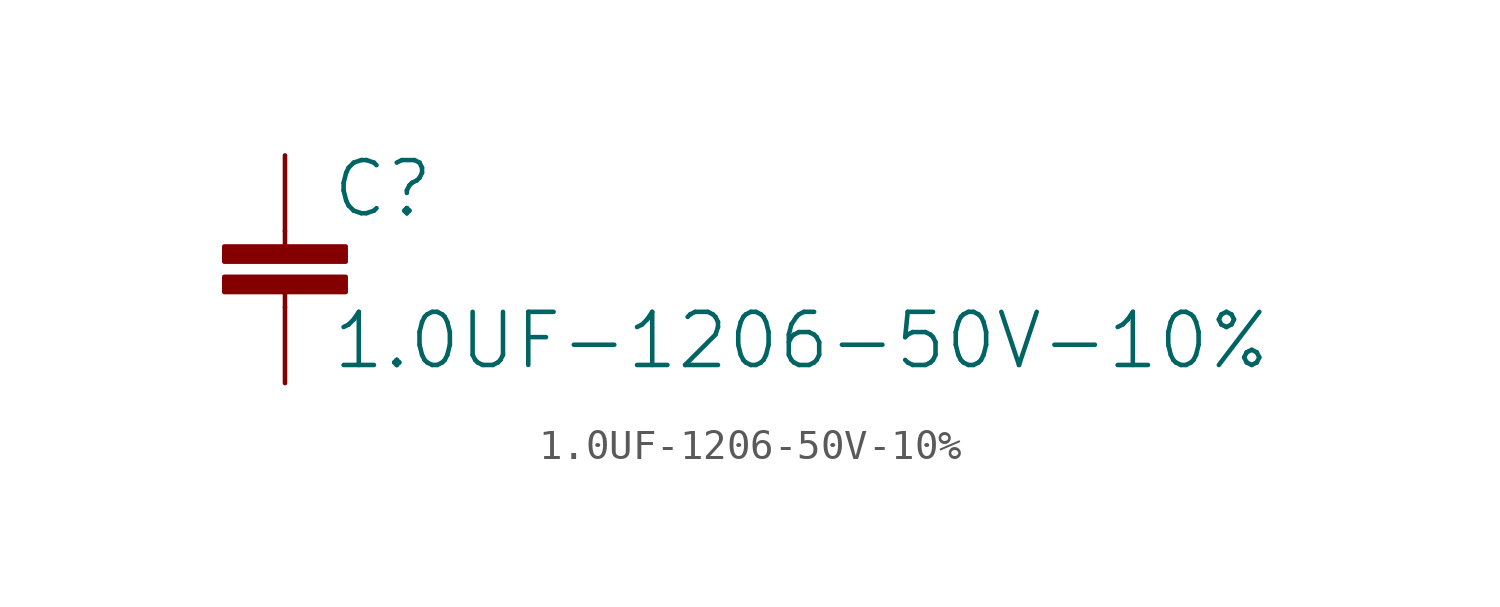
<source format=kicad_sym>
(kicad_symbol_lib
  (version 20211014)
  (generator kicad_symbol_editor)
  (symbol "1.0UF-1206-50V-10%"
    (property "Reference" "C"
      (at 1.524 2.921 0)
      (effects (font (size 1.778 1.778)) (justify left bottom)))
    (property "Value" "1.0UF-1206-50V-10%"
      (at 1.524 -2.159 0)
      (effects (font (size 1.778 1.778)) (justify left bottom)))
    (property "ki_locked" ""
      (at 0 0 0)
      (effects (font (size 1.27 1.27))))
    (symbol "1.0UF-1206-50V-10%_1_0"
      (rectangle (start -2.032 0.508) (end 2.032 1.016) (stroke (width 0) (type default) (color 0 0 0 0)) (fill (type outline)))
      (rectangle (start -2.032 1.524) (end 2.032 2.032) (stroke (width 0) (type default) (color 0 0 0 0)) (fill (type outline)))
      (polyline (pts (xy 0 0) (xy 0 0.508)) (stroke (width 0.152) (type default) (color 0 0 0 0)) (fill (type none)))
      (polyline (pts (xy 0 2.54) (xy 0 2.032)) (stroke (width 0.152) (type default) (color 0 0 0 0)) (fill (type none)))
      (pin passive line (at 0 5.08 270) (length 2.54) (name "1" (effects (font (size 0 0)))) (number "1" (effects (font (size 0 0)))))
      (pin passive line (at 0 -2.54 90) (length 2.54) (name "2" (effects (font (size 0 0)))) (number "2" (effects (font (size 0 0))))))))
</source>
